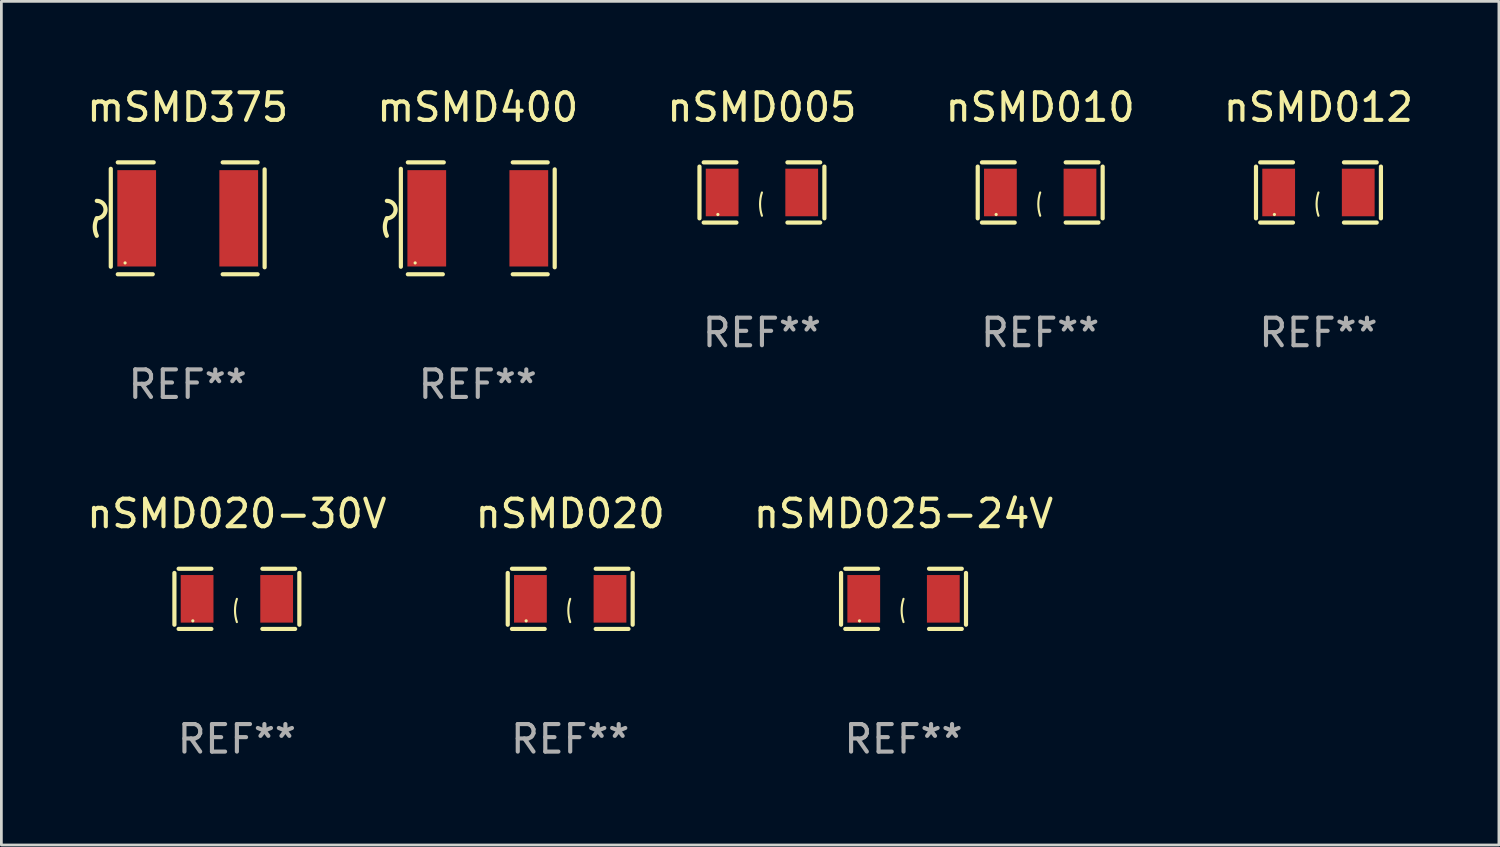
<source format=kicad_pcb>
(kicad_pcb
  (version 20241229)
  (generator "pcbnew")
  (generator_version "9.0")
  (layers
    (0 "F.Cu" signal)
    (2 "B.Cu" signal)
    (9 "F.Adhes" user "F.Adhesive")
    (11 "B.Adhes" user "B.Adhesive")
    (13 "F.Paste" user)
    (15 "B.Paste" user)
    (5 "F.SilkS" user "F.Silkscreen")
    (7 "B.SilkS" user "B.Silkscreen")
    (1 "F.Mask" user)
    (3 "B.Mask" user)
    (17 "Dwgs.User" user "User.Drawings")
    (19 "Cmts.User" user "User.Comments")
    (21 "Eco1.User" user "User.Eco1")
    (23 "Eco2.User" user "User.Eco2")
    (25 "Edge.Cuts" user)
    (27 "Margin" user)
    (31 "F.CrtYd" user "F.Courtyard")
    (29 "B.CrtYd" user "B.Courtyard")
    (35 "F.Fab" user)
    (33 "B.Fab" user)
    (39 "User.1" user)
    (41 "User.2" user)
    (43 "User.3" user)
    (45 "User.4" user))
  (footprint "mSMD400"
    (layer "F.Cu")
    (at 14.304 4.88)
    (property "Reference" "mSMD400" (at 0 -4.032 0) (layer "F.SilkS") (effects (font (size 1 1) (thickness 0.15))))
    (attr through_hole)
    (fp_line (start -2.794 -1.798) (end -2.794 1.758) (stroke (width 0.152) (type solid)) (layer "F.SilkS"))
    (fp_line (start -2.54 -2.032) (end -1.235 -2.032) (stroke (width 0.152) (type solid)) (layer "F.SilkS"))
    (fp_line (start -1.27 2.032) (end -2.54 2.032) (stroke (width 0.152) (type solid)) (layer "F.SilkS"))
    (fp_line (start 1.27 2.032) (end 2.54 2.032) (stroke (width 0.152) (type solid)) (layer "F.SilkS"))
    (fp_line (start 2.54 -2.032) (end 1.27 -2.032) (stroke (width 0.152) (type solid)) (layer "F.SilkS"))
    (fp_line (start 2.794 -1.778) (end 2.794 1.778) (stroke (width 0.152) (type solid)) (layer "F.SilkS"))
    (fp_arc (start -3.302007 -0.635002) (mid -2.984506 -0.317501) (end -3.302007 0) (stroke (width 0.151994) (type solid)) (layer "F.SilkS"))
    (fp_arc (start -3.302007 0.635002) (mid -3.376959 0.317501) (end -3.302007 0) (stroke (width 0.151994) (type solid)) (layer "F.SilkS"))
    (fp_circle (center -2.275 1.62) (end -2.245 1.62) (stroke (width 0.06) (type solid)) (fill no) (layer "F.SilkS"))
    (fp_text user "REF**" (at 0 6.032 0) (layer "F.Fab") (effects (font (size 1 1) (thickness 0.15))))
    (pad "1" smd rect (at -1.853 0) (size 1.407 3.499) (layers "F.Cu" "F.Mask" "F.Paste"))
    (pad "2" smd rect (at 1.853 0) (size 1.407 3.499) (layers "F.Cu" "F.Mask" "F.Paste")))
  (footprint "nSMD005"
    (layer "F.Cu")
    (at 24.625 3.941)
    (property "Reference" "nSMD005" (at 0 -3.093 0) (layer "F.SilkS") (effects (font (size 1 1) (thickness 0.15))))
    (attr through_hole)
    (fp_line (start -2.269 -0.94) (end -2.269 0.94) (stroke (width 0.152) (type solid)) (layer "F.SilkS"))
    (fp_line (start -2.116 1.093) (end -0.926 1.093) (stroke (width 0.152) (type solid)) (layer "F.SilkS"))
    (fp_line (start -0.926 -1.093) (end -2.116 -1.093) (stroke (width 0.152) (type solid)) (layer "F.SilkS"))
    (fp_line (start 0.926 -1.093) (end 2.116 -1.093) (stroke (width 0.152) (type solid)) (layer "F.SilkS"))
    (fp_line (start 2.116 1.093) (end 0.926 1.093) (stroke (width 0.152) (type solid)) (layer "F.SilkS"))
    (fp_line (start 2.269 -0.94) (end 2.269 0.94) (stroke (width 0.152) (type solid)) (layer "F.SilkS"))
    (fp_arc (start 0 0.844951) (mid -0.068559 0.422475) (end 0 0) (stroke (width 0.0762) (type solid)) (layer "F.SilkS"))
    (fp_circle (center -1.6 0.8) (end -1.57 0.8) (stroke (width 0.06) (type solid)) (fill no) (layer "F.SilkS"))
    (fp_text user "REF**" (at 0 5.093 0) (layer "F.Fab") (effects (font (size 1 1) (thickness 0.15))))
    (pad "1" smd rect (at -1.445 0) (size 1.19 1.728) (layers "F.Cu" "F.Mask" "F.Paste"))
    (pad "2" smd rect (at 1.445 0) (size 1.19 1.728) (layers "F.Cu" "F.Mask" "F.Paste")))
  (footprint "nSMD010"
    (layer "F.Cu")
    (at 34.732 3.941)
    (property "Reference" "nSMD010" (at 0 -3.093 0) (layer "F.SilkS") (effects (font (size 1 1) (thickness 0.15))))
    (attr through_hole)
    (fp_line (start -2.269 -0.94) (end -2.269 0.94) (stroke (width 0.152) (type solid)) (layer "F.SilkS"))
    (fp_line (start -2.116 1.093) (end -0.926 1.093) (stroke (width 0.152) (type solid)) (layer "F.SilkS"))
    (fp_line (start -0.926 -1.093) (end -2.116 -1.093) (stroke (width 0.152) (type solid)) (layer "F.SilkS"))
    (fp_line (start 0.926 -1.093) (end 2.116 -1.093) (stroke (width 0.152) (type solid)) (layer "F.SilkS"))
    (fp_line (start 2.116 1.093) (end 0.926 1.093) (stroke (width 0.152) (type solid)) (layer "F.SilkS"))
    (fp_line (start 2.269 -0.94) (end 2.269 0.94) (stroke (width 0.152) (type solid)) (layer "F.SilkS"))
    (fp_arc (start 0 0.844951) (mid -0.068559 0.422475) (end 0 0) (stroke (width 0.0762) (type solid)) (layer "F.SilkS"))
    (fp_circle (center -1.6 0.8) (end -1.57 0.8) (stroke (width 0.06) (type solid)) (fill no) (layer "F.SilkS"))
    (fp_text user "REF**" (at 0 5.093 0) (layer "F.Fab") (effects (font (size 1 1) (thickness 0.15))))
    (pad "1" smd rect (at -1.445 0) (size 1.19 1.728) (layers "F.Cu" "F.Mask" "F.Paste"))
    (pad "2" smd rect (at 1.445 0) (size 1.19 1.728) (layers "F.Cu" "F.Mask" "F.Paste")))
  (footprint "nSMD025-24V"
    (layer "F.Cu")
    (at 29.768 18.701)
    (property "Reference" "nSMD025-24V" (at 0 -3.093 0) (layer "F.SilkS") (effects (font (size 1 1) (thickness 0.15))))
    (attr through_hole)
    (fp_line (start -2.269 -0.94) (end -2.269 0.94) (stroke (width 0.152) (type solid)) (layer "F.SilkS"))
    (fp_line (start -2.116 1.093) (end -0.926 1.093) (stroke (width 0.152) (type solid)) (layer "F.SilkS"))
    (fp_line (start -0.926 -1.093) (end -2.116 -1.093) (stroke (width 0.152) (type solid)) (layer "F.SilkS"))
    (fp_line (start 0.926 -1.093) (end 2.116 -1.093) (stroke (width 0.152) (type solid)) (layer "F.SilkS"))
    (fp_line (start 2.116 1.093) (end 0.926 1.093) (stroke (width 0.152) (type solid)) (layer "F.SilkS"))
    (fp_line (start 2.269 -0.94) (end 2.269 0.94) (stroke (width 0.152) (type solid)) (layer "F.SilkS"))
    (fp_arc (start 0 0.844951) (mid -0.068559 0.422475) (end 0 0) (stroke (width 0.0762) (type solid)) (layer "F.SilkS"))
    (fp_circle (center -1.6 0.8) (end -1.57 0.8) (stroke (width 0.06) (type solid)) (fill no) (layer "F.SilkS"))
    (fp_text user "REF**" (at 0 5.093 0) (layer "F.Fab") (effects (font (size 1 1) (thickness 0.15))))
    (pad "1" smd rect (at -1.445 0) (size 1.19 1.728) (layers "F.Cu" "F.Mask" "F.Paste"))
    (pad "2" smd rect (at 1.445 0) (size 1.19 1.728) (layers "F.Cu" "F.Mask" "F.Paste")))
  (footprint "nSMD020-30V"
    (layer "F.Cu")
    (at 5.554 18.701)
    (property "Reference" "nSMD020-30V" (at 0 -3.093 0) (layer "F.SilkS") (effects (font (size 1 1) (thickness 0.15))))
    (attr through_hole)
    (fp_line (start -2.269 -0.94) (end -2.269 0.94) (stroke (width 0.152) (type solid)) (layer "F.SilkS"))
    (fp_line (start -2.116 1.093) (end -0.926 1.093) (stroke (width 0.152) (type solid)) (layer "F.SilkS"))
    (fp_line (start -0.926 -1.093) (end -2.116 -1.093) (stroke (width 0.152) (type solid)) (layer "F.SilkS"))
    (fp_line (start 0.926 -1.093) (end 2.116 -1.093) (stroke (width 0.152) (type solid)) (layer "F.SilkS"))
    (fp_line (start 2.116 1.093) (end 0.926 1.093) (stroke (width 0.152) (type solid)) (layer "F.SilkS"))
    (fp_line (start 2.269 -0.94) (end 2.269 0.94) (stroke (width 0.152) (type solid)) (layer "F.SilkS"))
    (fp_arc (start 0 0.844951) (mid -0.068559 0.422475) (end 0 0) (stroke (width 0.0762) (type solid)) (layer "F.SilkS"))
    (fp_circle (center -1.6 0.8) (end -1.57 0.8) (stroke (width 0.06) (type solid)) (fill no) (layer "F.SilkS"))
    (fp_text user "REF**" (at 0 5.093 0) (layer "F.Fab") (effects (font (size 1 1) (thickness 0.15))))
    (pad "1" smd rect (at -1.445 0) (size 1.19 1.728) (layers "F.Cu" "F.Mask" "F.Paste"))
    (pad "2" smd rect (at 1.445 0) (size 1.19 1.728) (layers "F.Cu" "F.Mask" "F.Paste")))
  (footprint "nSMD020"
    (layer "F.Cu")
    (at 17.661 18.701)
    (property "Reference" "nSMD020" (at 0 -3.093 0) (layer "F.SilkS") (effects (font (size 1 1) (thickness 0.15))))
    (attr through_hole)
    (fp_line (start -2.269 -0.94) (end -2.269 0.94) (stroke (width 0.152) (type solid)) (layer "F.SilkS"))
    (fp_line (start -2.116 1.093) (end -0.926 1.093) (stroke (width 0.152) (type solid)) (layer "F.SilkS"))
    (fp_line (start -0.926 -1.093) (end -2.116 -1.093) (stroke (width 0.152) (type solid)) (layer "F.SilkS"))
    (fp_line (start 0.926 -1.093) (end 2.116 -1.093) (stroke (width 0.152) (type solid)) (layer "F.SilkS"))
    (fp_line (start 2.116 1.093) (end 0.926 1.093) (stroke (width 0.152) (type solid)) (layer "F.SilkS"))
    (fp_line (start 2.269 -0.94) (end 2.269 0.94) (stroke (width 0.152) (type solid)) (layer "F.SilkS"))
    (fp_arc (start 0 0.844951) (mid -0.068559 0.422475) (end 0 0) (stroke (width 0.0762) (type solid)) (layer "F.SilkS"))
    (fp_circle (center -1.6 0.8) (end -1.57 0.8) (stroke (width 0.06) (type solid)) (fill no) (layer "F.SilkS"))
    (fp_text user "REF**" (at 0 5.093 0) (layer "F.Fab") (effects (font (size 1 1) (thickness 0.15))))
    (pad "1" smd rect (at -1.445 0) (size 1.19 1.728) (layers "F.Cu" "F.Mask" "F.Paste"))
    (pad "2" smd rect (at 1.445 0) (size 1.19 1.728) (layers "F.Cu" "F.Mask" "F.Paste")))
  (footprint "mSMD375"
    (layer "F.Cu")
    (at 3.768 4.88)
    (property "Reference" "mSMD375" (at 0 -4.032 0) (layer "F.SilkS") (effects (font (size 1 1) (thickness 0.15))))
    (attr through_hole)
    (fp_line (start -2.794 -1.798) (end -2.794 1.758) (stroke (width 0.152) (type solid)) (layer "F.SilkS"))
    (fp_line (start -2.54 -2.032) (end -1.235 -2.032) (stroke (width 0.152) (type solid)) (layer "F.SilkS"))
    (fp_line (start -1.27 2.032) (end -2.54 2.032) (stroke (width 0.152) (type solid)) (layer "F.SilkS"))
    (fp_line (start 1.27 2.032) (end 2.54 2.032) (stroke (width 0.152) (type solid)) (layer "F.SilkS"))
    (fp_line (start 2.54 -2.032) (end 1.27 -2.032) (stroke (width 0.152) (type solid)) (layer "F.SilkS"))
    (fp_line (start 2.794 -1.778) (end 2.794 1.778) (stroke (width 0.152) (type solid)) (layer "F.SilkS"))
    (fp_arc (start -3.302007 -0.635002) (mid -2.984506 -0.317501) (end -3.302007 0) (stroke (width 0.151994) (type solid)) (layer "F.SilkS"))
    (fp_arc (start -3.302007 0.635002) (mid -3.376959 0.317501) (end -3.302007 0) (stroke (width 0.151994) (type solid)) (layer "F.SilkS"))
    (fp_circle (center -2.275 1.62) (end -2.245 1.62) (stroke (width 0.06) (type solid)) (fill no) (layer "F.SilkS"))
    (fp_text user "REF**" (at 0 6.032 0) (layer "F.Fab") (effects (font (size 1 1) (thickness 0.15))))
    (pad "1" smd rect (at -1.853 0) (size 1.407 3.499) (layers "F.Cu" "F.Mask" "F.Paste"))
    (pad "2" smd rect (at 1.853 0) (size 1.407 3.499) (layers "F.Cu" "F.Mask" "F.Paste")))
  (footprint "nSMD012"
    (layer "F.Cu")
    (at 44.839 3.941)
    (property "Reference" "nSMD012" (at 0 -3.093 0) (layer "F.SilkS") (effects (font (size 1 1) (thickness 0.15))))
    (attr through_hole)
    (fp_line (start -2.269 -0.94) (end -2.269 0.94) (stroke (width 0.152) (type solid)) (layer "F.SilkS"))
    (fp_line (start -2.116 1.093) (end -0.926 1.093) (stroke (width 0.152) (type solid)) (layer "F.SilkS"))
    (fp_line (start -0.926 -1.093) (end -2.116 -1.093) (stroke (width 0.152) (type solid)) (layer "F.SilkS"))
    (fp_line (start 0.926 -1.093) (end 2.116 -1.093) (stroke (width 0.152) (type solid)) (layer "F.SilkS"))
    (fp_line (start 2.116 1.093) (end 0.926 1.093) (stroke (width 0.152) (type solid)) (layer "F.SilkS"))
    (fp_line (start 2.269 -0.94) (end 2.269 0.94) (stroke (width 0.152) (type solid)) (layer "F.SilkS"))
    (fp_arc (start 0 0.844951) (mid -0.068559 0.422475) (end 0 0) (stroke (width 0.0762) (type solid)) (layer "F.SilkS"))
    (fp_circle (center -1.6 0.8) (end -1.57 0.8) (stroke (width 0.06) (type solid)) (fill no) (layer "F.SilkS"))
    (fp_text user "REF**" (at 0 5.093 0) (layer "F.Fab") (effects (font (size 1 1) (thickness 0.15))))
    (pad "1" smd rect (at -1.445 0) (size 1.19 1.728) (layers "F.Cu" "F.Mask" "F.Paste"))
    (pad "2" smd rect (at 1.445 0) (size 1.19 1.728) (layers "F.Cu" "F.Mask" "F.Paste")))
  (gr_rect
    (start -3 -3)
    (end 51.393 27.642)
    (stroke (width 0.1) (type default))
    (fill no)
    (layer "Edge.Cuts")))
</source>
